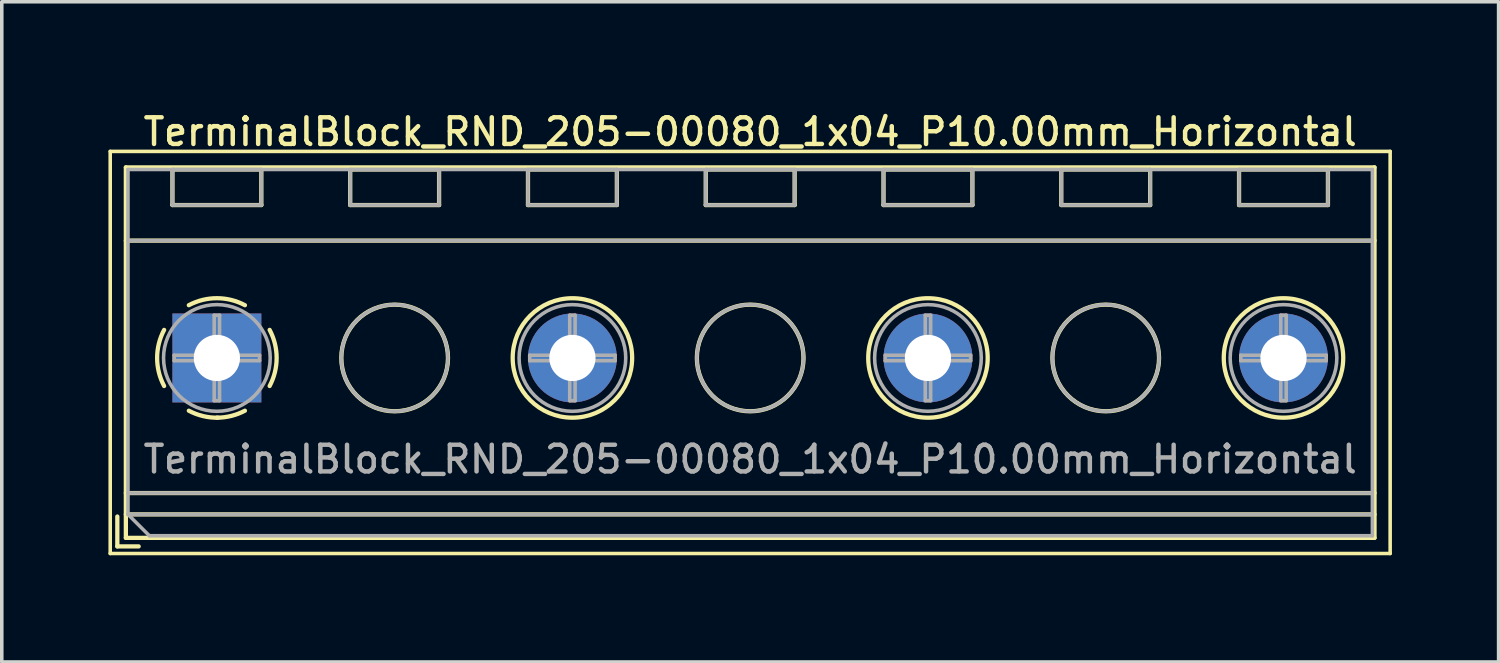
<source format=kicad_pcb>
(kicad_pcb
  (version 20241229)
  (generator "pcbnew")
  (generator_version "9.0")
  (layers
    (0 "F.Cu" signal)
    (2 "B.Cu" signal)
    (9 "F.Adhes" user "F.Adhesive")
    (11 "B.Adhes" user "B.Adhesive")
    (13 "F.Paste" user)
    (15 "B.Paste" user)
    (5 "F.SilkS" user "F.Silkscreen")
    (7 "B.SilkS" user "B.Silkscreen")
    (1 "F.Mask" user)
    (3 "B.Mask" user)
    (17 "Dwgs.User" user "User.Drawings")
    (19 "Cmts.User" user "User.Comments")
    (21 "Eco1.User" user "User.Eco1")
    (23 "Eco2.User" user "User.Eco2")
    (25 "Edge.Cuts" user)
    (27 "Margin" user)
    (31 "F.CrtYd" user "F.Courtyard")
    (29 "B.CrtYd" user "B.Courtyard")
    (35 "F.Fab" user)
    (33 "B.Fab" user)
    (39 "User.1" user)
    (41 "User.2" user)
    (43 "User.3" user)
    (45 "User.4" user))
  (footprint "TerminalBlock_RND_205-00080_1x04_P10.00mm_Horizontal"
    (layer "F.Cu")
    (at 3.05 7.018)
    (property "Reference" "TerminalBlock_RND_205-00080_1x04_P10.00mm_Horizontal" (at 15 -6.36 0) (layer "F.SilkS") (effects (font (size 0.75 0.75) (thickness 0.125))))
    (attr through_hole)
    (fp_line (start -3 -5.81) (end -3 5.5) (stroke (width 0.1) (type solid)) (layer "F.SilkS"))
    (fp_line (start -3 5.5) (end 33 5.5) (stroke (width 0.1) (type solid)) (layer "F.SilkS"))
    (fp_line (start -2.8 4.46) (end -2.8 5.3) (stroke (width 0.12) (type solid)) (layer "F.SilkS"))
    (fp_line (start -2.8 5.3) (end -2.2 5.3) (stroke (width 0.12) (type solid)) (layer "F.SilkS"))
    (fp_line (start -2.56 -5.36) (end -2.56 5.06) (stroke (width 0.12) (type solid)) (layer "F.SilkS"))
    (fp_line (start -2.56 -5.36) (end 32.56 -5.36) (stroke (width 0.12) (type solid)) (layer "F.SilkS"))
    (fp_line (start -2.56 -3.301) (end 32.56 -3.301) (stroke (width 0.12) (type solid)) (layer "F.SilkS"))
    (fp_line (start -2.56 3.8) (end 32.56 3.8) (stroke (width 0.12) (type solid)) (layer "F.SilkS"))
    (fp_line (start -2.56 4.4) (end 32.56 4.4) (stroke (width 0.12) (type solid)) (layer "F.SilkS"))
    (fp_line (start -2.56 5.06) (end 32.56 5.06) (stroke (width 0.12) (type solid)) (layer "F.SilkS"))
    (fp_line (start -1.25 -5.301) (end -1.25 -4.301) (stroke (width 0.12) (type solid)) (layer "F.SilkS"))
    (fp_line (start -1.25 -5.301) (end 1.25 -5.301) (stroke (width 0.12) (type solid)) (layer "F.SilkS"))
    (fp_line (start -1.25 -4.301) (end 1.25 -4.301) (stroke (width 0.12) (type solid)) (layer "F.SilkS"))
    (fp_line (start 1.25 -5.301) (end 1.25 -4.301) (stroke (width 0.12) (type solid)) (layer "F.SilkS"))
    (fp_line (start 3.75 -5.301) (end 3.75 -4.301) (stroke (width 0.12) (type solid)) (layer "F.SilkS"))
    (fp_line (start 3.75 -5.301) (end 6.25 -5.301) (stroke (width 0.12) (type solid)) (layer "F.SilkS"))
    (fp_line (start 3.75 -4.301) (end 6.25 -4.301) (stroke (width 0.12) (type solid)) (layer "F.SilkS"))
    (fp_line (start 6.25 -5.301) (end 6.25 -4.301) (stroke (width 0.12) (type solid)) (layer "F.SilkS"))
    (fp_line (start 8.75 -5.301) (end 8.75 -4.301) (stroke (width 0.12) (type solid)) (layer "F.SilkS"))
    (fp_line (start 8.75 -5.301) (end 11.25 -5.301) (stroke (width 0.12) (type solid)) (layer "F.SilkS"))
    (fp_line (start 8.75 -4.301) (end 11.25 -4.301) (stroke (width 0.12) (type solid)) (layer "F.SilkS"))
    (fp_line (start 11.25 -5.301) (end 11.25 -4.301) (stroke (width 0.12) (type solid)) (layer "F.SilkS"))
    (fp_line (start 13.75 -5.301) (end 13.75 -4.301) (stroke (width 0.12) (type solid)) (layer "F.SilkS"))
    (fp_line (start 13.75 -5.301) (end 16.25 -5.301) (stroke (width 0.12) (type solid)) (layer "F.SilkS"))
    (fp_line (start 13.75 -4.301) (end 16.25 -4.301) (stroke (width 0.12) (type solid)) (layer "F.SilkS"))
    (fp_line (start 16.25 -5.301) (end 16.25 -4.301) (stroke (width 0.12) (type solid)) (layer "F.SilkS"))
    (fp_line (start 18.75 -5.301) (end 18.75 -4.301) (stroke (width 0.12) (type solid)) (layer "F.SilkS"))
    (fp_line (start 18.75 -5.301) (end 21.25 -5.301) (stroke (width 0.12) (type solid)) (layer "F.SilkS"))
    (fp_line (start 18.75 -4.301) (end 21.25 -4.301) (stroke (width 0.12) (type solid)) (layer "F.SilkS"))
    (fp_line (start 21.25 -5.301) (end 21.25 -4.301) (stroke (width 0.12) (type solid)) (layer "F.SilkS"))
    (fp_line (start 23.75 -5.301) (end 23.75 -4.301) (stroke (width 0.12) (type solid)) (layer "F.SilkS"))
    (fp_line (start 23.75 -5.301) (end 26.25 -5.301) (stroke (width 0.12) (type solid)) (layer "F.SilkS"))
    (fp_line (start 23.75 -4.301) (end 26.25 -4.301) (stroke (width 0.12) (type solid)) (layer "F.SilkS"))
    (fp_line (start 26.25 -5.301) (end 26.25 -4.301) (stroke (width 0.12) (type solid)) (layer "F.SilkS"))
    (fp_line (start 28.75 -5.301) (end 28.75 -4.301) (stroke (width 0.12) (type solid)) (layer "F.SilkS"))
    (fp_line (start 28.75 -5.301) (end 31.25 -5.301) (stroke (width 0.12) (type solid)) (layer "F.SilkS"))
    (fp_line (start 28.75 -4.301) (end 31.25 -4.301) (stroke (width 0.12) (type solid)) (layer "F.SilkS"))
    (fp_line (start 31.25 -5.301) (end 31.25 -4.301) (stroke (width 0.12) (type solid)) (layer "F.SilkS"))
    (fp_line (start 32.56 -5.36) (end 32.56 5.06) (stroke (width 0.12) (type solid)) (layer "F.SilkS"))
    (fp_line (start 33 -5.81) (end -3 -5.81) (stroke (width 0.1) (type solid)) (layer "F.SilkS"))
    (fp_line (start 33 5.5) (end 33 -5.81) (stroke (width 0.1) (type solid)) (layer "F.SilkS"))
    (fp_arc (start -1.483953 0.789089) (mid -1.680708 0.00005) (end -1.484 -0.789) (stroke (width 0.12) (type solid)) (layer "F.SilkS"))
    (fp_arc (start -0.789089 -1.483953) (mid -0.00005 -1.680708) (end 0.789 -1.484) (stroke (width 0.12) (type solid)) (layer "F.SilkS"))
    (fp_arc (start 0.029383 1.68045) (mid -0.392304 1.634281) (end -0.789 1.484) (stroke (width 0.12) (type solid)) (layer "F.SilkS"))
    (fp_arc (start 0.788712 1.483352) (mid 0.406429 1.630097) (end 0 1.68) (stroke (width 0.12) (type solid)) (layer "F.SilkS"))
    (fp_arc (start 1.483953 -0.789089) (mid 1.680708 -0.00005) (end 1.484 0.789) (stroke (width 0.12) (type solid)) (layer "F.SilkS"))
    (fp_circle (center 5 0) (end 6.5 0) (stroke (width 0.12) (type solid)) (fill no) (layer "F.SilkS"))
    (fp_circle (center 10 0) (end 11.68 0) (stroke (width 0.12) (type solid)) (fill no) (layer "F.SilkS"))
    (fp_circle (center 15 0) (end 16.5 0) (stroke (width 0.12) (type solid)) (fill no) (layer "F.SilkS"))
    (fp_circle (center 20 0) (end 21.68 0) (stroke (width 0.12) (type solid)) (fill no) (layer "F.SilkS"))
    (fp_circle (center 25 0) (end 26.5 0) (stroke (width 0.12) (type solid)) (fill no) (layer "F.SilkS"))
    (fp_circle (center 30 0) (end 31.68 0) (stroke (width 0.12) (type solid)) (fill no) (layer "F.SilkS"))
    (fp_line (start -2.5 -5.3) (end 32.5 -5.3) (stroke (width 0.1) (type solid)) (layer "F.Fab"))
    (fp_line (start -2.5 -3.3) (end 32.5 -3.3) (stroke (width 0.1) (type solid)) (layer "F.Fab"))
    (fp_line (start -2.5 3.8) (end 32.5 3.8) (stroke (width 0.1) (type solid)) (layer "F.Fab"))
    (fp_line (start -2.5 4.4) (end -2.5 -5.3) (stroke (width 0.1) (type solid)) (layer "F.Fab"))
    (fp_line (start -2.5 4.4) (end 32.5 4.4) (stroke (width 0.1) (type solid)) (layer "F.Fab"))
    (fp_line (start -1.9 5) (end -2.5 4.4) (stroke (width 0.1) (type solid)) (layer "F.Fab"))
    (fp_line (start -1.25 -5.3) (end -1.25 -4.3) (stroke (width 0.1) (type solid)) (layer "F.Fab"))
    (fp_line (start -1.25 -4.3) (end 1.25 -4.3) (stroke (width 0.1) (type solid)) (layer "F.Fab"))
    (fp_line (start -1.201 -0.076) (end -0.076 -0.076) (stroke (width 0.1) (type solid)) (layer "F.Fab"))
    (fp_line (start -1.201 0.076) (end -1.201 -0.076) (stroke (width 0.1) (type solid)) (layer "F.Fab"))
    (fp_line (start -0.076 -1.201) (end 0.076 -1.201) (stroke (width 0.1) (type solid)) (layer "F.Fab"))
    (fp_line (start -0.076 -0.076) (end -0.076 -1.201) (stroke (width 0.1) (type solid)) (layer "F.Fab"))
    (fp_line (start -0.076 0.076) (end -1.201 0.076) (stroke (width 0.1) (type solid)) (layer "F.Fab"))
    (fp_line (start -0.076 1.201) (end -0.076 0.076) (stroke (width 0.1) (type solid)) (layer "F.Fab"))
    (fp_line (start 0.076 -1.201) (end 0.076 -0.076) (stroke (width 0.1) (type solid)) (layer "F.Fab"))
    (fp_line (start 0.076 -0.076) (end 1.201 -0.076) (stroke (width 0.1) (type solid)) (layer "F.Fab"))
    (fp_line (start 0.076 0.076) (end 0.076 1.201) (stroke (width 0.1) (type solid)) (layer "F.Fab"))
    (fp_line (start 0.076 1.201) (end -0.076 1.201) (stroke (width 0.1) (type solid)) (layer "F.Fab"))
    (fp_line (start 1.201 -0.076) (end 1.201 0.076) (stroke (width 0.1) (type solid)) (layer "F.Fab"))
    (fp_line (start 1.201 0.076) (end 0.076 0.076) (stroke (width 0.1) (type solid)) (layer "F.Fab"))
    (fp_line (start 1.25 -5.3) (end -1.25 -5.3) (stroke (width 0.1) (type solid)) (layer "F.Fab"))
    (fp_line (start 1.25 -4.3) (end 1.25 -5.3) (stroke (width 0.1) (type solid)) (layer "F.Fab"))
    (fp_line (start 3.75 -5.3) (end 3.75 -4.3) (stroke (width 0.1) (type solid)) (layer "F.Fab"))
    (fp_line (start 3.75 -4.3) (end 6.25 -4.3) (stroke (width 0.1) (type solid)) (layer "F.Fab"))
    (fp_line (start 6.25 -5.3) (end 3.75 -5.3) (stroke (width 0.1) (type solid)) (layer "F.Fab"))
    (fp_line (start 6.25 -4.3) (end 6.25 -5.3) (stroke (width 0.1) (type solid)) (layer "F.Fab"))
    (fp_line (start 8.75 -5.3) (end 8.75 -4.3) (stroke (width 0.1) (type solid)) (layer "F.Fab"))
    (fp_line (start 8.75 -4.3) (end 11.25 -4.3) (stroke (width 0.1) (type solid)) (layer "F.Fab"))
    (fp_line (start 8.799 -0.076) (end 9.924 -0.076) (stroke (width 0.1) (type solid)) (layer "F.Fab"))
    (fp_line (start 8.799 0.076) (end 8.799 -0.076) (stroke (width 0.1) (type solid)) (layer "F.Fab"))
    (fp_line (start 9.924 -1.201) (end 10.076 -1.201) (stroke (width 0.1) (type solid)) (layer "F.Fab"))
    (fp_line (start 9.924 -0.076) (end 9.924 -1.201) (stroke (width 0.1) (type solid)) (layer "F.Fab"))
    (fp_line (start 9.924 0.076) (end 8.799 0.076) (stroke (width 0.1) (type solid)) (layer "F.Fab"))
    (fp_line (start 9.924 1.201) (end 9.924 0.076) (stroke (width 0.1) (type solid)) (layer "F.Fab"))
    (fp_line (start 10.076 -1.201) (end 10.076 -0.076) (stroke (width 0.1) (type solid)) (layer "F.Fab"))
    (fp_line (start 10.076 -0.076) (end 11.201 -0.076) (stroke (width 0.1) (type solid)) (layer "F.Fab"))
    (fp_line (start 10.076 0.076) (end 10.076 1.201) (stroke (width 0.1) (type solid)) (layer "F.Fab"))
    (fp_line (start 10.076 1.201) (end 9.924 1.201) (stroke (width 0.1) (type solid)) (layer "F.Fab"))
    (fp_line (start 11.201 -0.076) (end 11.201 0.076) (stroke (width 0.1) (type solid)) (layer "F.Fab"))
    (fp_line (start 11.201 0.076) (end 10.076 0.076) (stroke (width 0.1) (type solid)) (layer "F.Fab"))
    (fp_line (start 11.25 -5.3) (end 8.75 -5.3) (stroke (width 0.1) (type solid)) (layer "F.Fab"))
    (fp_line (start 11.25 -4.3) (end 11.25 -5.3) (stroke (width 0.1) (type solid)) (layer "F.Fab"))
    (fp_line (start 13.75 -5.3) (end 13.75 -4.3) (stroke (width 0.1) (type solid)) (layer "F.Fab"))
    (fp_line (start 13.75 -4.3) (end 16.25 -4.3) (stroke (width 0.1) (type solid)) (layer "F.Fab"))
    (fp_line (start 16.25 -5.3) (end 13.75 -5.3) (stroke (width 0.1) (type solid)) (layer "F.Fab"))
    (fp_line (start 16.25 -4.3) (end 16.25 -5.3) (stroke (width 0.1) (type solid)) (layer "F.Fab"))
    (fp_line (start 18.75 -5.3) (end 18.75 -4.3) (stroke (width 0.1) (type solid)) (layer "F.Fab"))
    (fp_line (start 18.75 -4.3) (end 21.25 -4.3) (stroke (width 0.1) (type solid)) (layer "F.Fab"))
    (fp_line (start 18.799 -0.076) (end 19.924 -0.076) (stroke (width 0.1) (type solid)) (layer "F.Fab"))
    (fp_line (start 18.799 0.076) (end 18.799 -0.076) (stroke (width 0.1) (type solid)) (layer "F.Fab"))
    (fp_line (start 19.924 -1.201) (end 20.076 -1.201) (stroke (width 0.1) (type solid)) (layer "F.Fab"))
    (fp_line (start 19.924 -0.076) (end 19.924 -1.201) (stroke (width 0.1) (type solid)) (layer "F.Fab"))
    (fp_line (start 19.924 0.076) (end 18.799 0.076) (stroke (width 0.1) (type solid)) (layer "F.Fab"))
    (fp_line (start 19.924 1.201) (end 19.924 0.076) (stroke (width 0.1) (type solid)) (layer "F.Fab"))
    (fp_line (start 20.076 -1.201) (end 20.076 -0.076) (stroke (width 0.1) (type solid)) (layer "F.Fab"))
    (fp_line (start 20.076 -0.076) (end 21.201 -0.076) (stroke (width 0.1) (type solid)) (layer "F.Fab"))
    (fp_line (start 20.076 0.076) (end 20.076 1.201) (stroke (width 0.1) (type solid)) (layer "F.Fab"))
    (fp_line (start 20.076 1.201) (end 19.924 1.201) (stroke (width 0.1) (type solid)) (layer "F.Fab"))
    (fp_line (start 21.201 -0.076) (end 21.201 0.076) (stroke (width 0.1) (type solid)) (layer "F.Fab"))
    (fp_line (start 21.201 0.076) (end 20.076 0.076) (stroke (width 0.1) (type solid)) (layer "F.Fab"))
    (fp_line (start 21.25 -5.3) (end 18.75 -5.3) (stroke (width 0.1) (type solid)) (layer "F.Fab"))
    (fp_line (start 21.25 -4.3) (end 21.25 -5.3) (stroke (width 0.1) (type solid)) (layer "F.Fab"))
    (fp_line (start 23.75 -5.3) (end 23.75 -4.3) (stroke (width 0.1) (type solid)) (layer "F.Fab"))
    (fp_line (start 23.75 -4.3) (end 26.25 -4.3) (stroke (width 0.1) (type solid)) (layer "F.Fab"))
    (fp_line (start 26.25 -5.3) (end 23.75 -5.3) (stroke (width 0.1) (type solid)) (layer "F.Fab"))
    (fp_line (start 26.25 -4.3) (end 26.25 -5.3) (stroke (width 0.1) (type solid)) (layer "F.Fab"))
    (fp_line (start 28.75 -5.3) (end 28.75 -4.3) (stroke (width 0.1) (type solid)) (layer "F.Fab"))
    (fp_line (start 28.75 -4.3) (end 31.25 -4.3) (stroke (width 0.1) (type solid)) (layer "F.Fab"))
    (fp_line (start 28.799 -0.076) (end 29.924 -0.076) (stroke (width 0.1) (type solid)) (layer "F.Fab"))
    (fp_line (start 28.799 0.076) (end 28.799 -0.076) (stroke (width 0.1) (type solid)) (layer "F.Fab"))
    (fp_line (start 29.924 -1.201) (end 30.076 -1.201) (stroke (width 0.1) (type solid)) (layer "F.Fab"))
    (fp_line (start 29.924 -0.076) (end 29.924 -1.201) (stroke (width 0.1) (type solid)) (layer "F.Fab"))
    (fp_line (start 29.924 0.076) (end 28.799 0.076) (stroke (width 0.1) (type solid)) (layer "F.Fab"))
    (fp_line (start 29.924 1.201) (end 29.924 0.076) (stroke (width 0.1) (type solid)) (layer "F.Fab"))
    (fp_line (start 30.076 -1.201) (end 30.076 -0.076) (stroke (width 0.1) (type solid)) (layer "F.Fab"))
    (fp_line (start 30.076 -0.076) (end 31.201 -0.076) (stroke (width 0.1) (type solid)) (layer "F.Fab"))
    (fp_line (start 30.076 0.076) (end 30.076 1.201) (stroke (width 0.1) (type solid)) (layer "F.Fab"))
    (fp_line (start 30.076 1.201) (end 29.924 1.201) (stroke (width 0.1) (type solid)) (layer "F.Fab"))
    (fp_line (start 31.201 -0.076) (end 31.201 0.076) (stroke (width 0.1) (type solid)) (layer "F.Fab"))
    (fp_line (start 31.201 0.076) (end 30.076 0.076) (stroke (width 0.1) (type solid)) (layer "F.Fab"))
    (fp_line (start 31.25 -5.3) (end 28.75 -5.3) (stroke (width 0.1) (type solid)) (layer "F.Fab"))
    (fp_line (start 31.25 -4.3) (end 31.25 -5.3) (stroke (width 0.1) (type solid)) (layer "F.Fab"))
    (fp_line (start 32.5 -5.3) (end 32.5 5) (stroke (width 0.1) (type solid)) (layer "F.Fab"))
    (fp_line (start 32.5 5) (end -1.9 5) (stroke (width 0.1) (type solid)) (layer "F.Fab"))
    (fp_circle (center 0 0) (end 1.5 0) (stroke (width 0.1) (type solid)) (fill no) (layer "F.Fab"))
    (fp_circle (center 5 0) (end 6.5 0) (stroke (width 0.1) (type solid)) (fill no) (layer "F.Fab"))
    (fp_circle (center 10 0) (end 11.5 0) (stroke (width 0.1) (type solid)) (fill no) (layer "F.Fab"))
    (fp_circle (center 15 0) (end 16.5 0) (stroke (width 0.1) (type solid)) (fill no) (layer "F.Fab"))
    (fp_circle (center 20 0) (end 21.5 0) (stroke (width 0.1) (type solid)) (fill no) (layer "F.Fab"))
    (fp_circle (center 25 0) (end 26.5 0) (stroke (width 0.1) (type solid)) (fill no) (layer "F.Fab"))
    (fp_circle (center 30 0) (end 31.5 0) (stroke (width 0.1) (type solid)) (fill no) (layer "F.Fab"))
    (fp_text user "${REFERENCE}" (at 15 2.85 0) (layer "F.Fab") (effects (font (size 0.75 0.75) (thickness 0.125))))
    (pad "1" thru_hole rect (at 0 0) (size 2.5 2.5) (drill 1.3) (layers "*.Cu" "*.Mask"))
    (pad "2" thru_hole circle (at 10 0) (size 2.5 2.5) (drill 1.3) (layers "*.Cu" "*.Mask"))
    (pad "3" thru_hole circle (at 20 0) (size 2.5 2.5) (drill 1.3) (layers "*.Cu" "*.Mask"))
    (pad "4" thru_hole circle (at 30 0) (size 2.5 2.5) (drill 1.3) (layers "*.Cu" "*.Mask")))
  (gr_rect
    (start -3 -3)
    (end 39.1 15.568)
    (stroke (width 0.1) (type default))
    (fill no)
    (layer "Edge.Cuts")))
</source>
